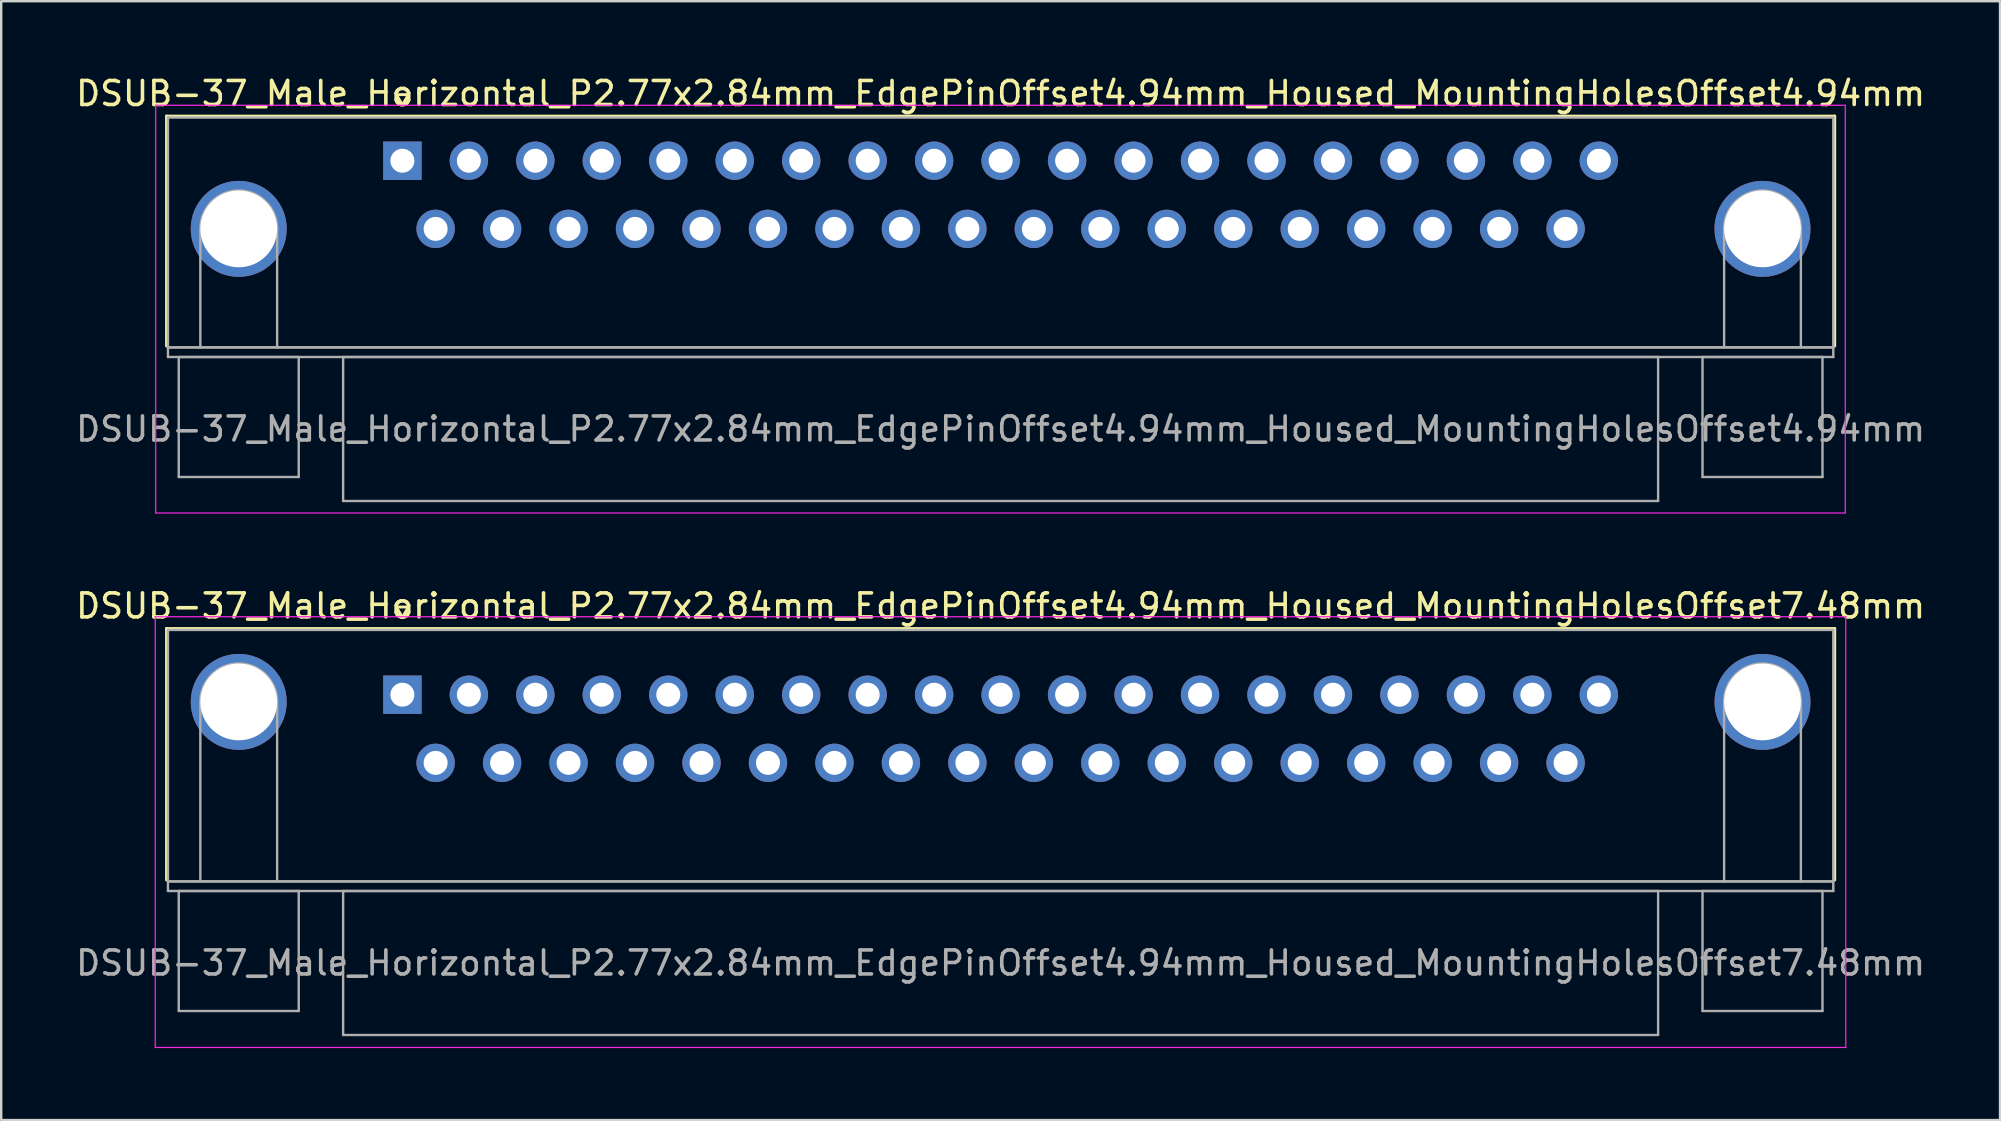
<source format=kicad_pcb>
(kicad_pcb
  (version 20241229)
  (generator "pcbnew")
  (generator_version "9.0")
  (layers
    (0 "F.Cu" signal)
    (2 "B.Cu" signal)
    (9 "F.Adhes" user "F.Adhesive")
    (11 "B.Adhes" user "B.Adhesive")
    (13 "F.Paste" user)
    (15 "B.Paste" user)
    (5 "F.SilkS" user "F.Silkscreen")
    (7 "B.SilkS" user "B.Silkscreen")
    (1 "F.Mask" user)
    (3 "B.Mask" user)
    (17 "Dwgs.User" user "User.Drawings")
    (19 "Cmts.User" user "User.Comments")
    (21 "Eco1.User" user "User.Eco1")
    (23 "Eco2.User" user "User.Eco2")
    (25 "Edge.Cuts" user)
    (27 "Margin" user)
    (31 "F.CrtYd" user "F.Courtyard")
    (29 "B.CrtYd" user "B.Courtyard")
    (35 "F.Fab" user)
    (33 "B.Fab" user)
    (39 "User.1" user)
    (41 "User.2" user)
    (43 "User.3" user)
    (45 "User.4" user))
  (footprint "DSUB-37_Male_Horizontal_P2.77x2.84mm_EdgePinOffset4.94mm_Housed_MountingHolesOffset4.94mm"
    (layer "F.Cu")
    (at 13.719 3.648)
    (property "Reference" "DSUB-37_Male_Horizontal_P2.77x2.84mm_EdgePinOffset4.94mm_Housed_MountingHolesOffset4.94mm" (at 24.93 -2.8 0) (layer "F.SilkS") (effects (font (size 1 1) (thickness 0.15))))
    (attr through_hole)
    (fp_line (start -9.83 -1.86) (end 59.69 -1.86) (stroke (width 0.12) (type solid)) (layer "F.SilkS"))
    (fp_line (start -9.83 7.72) (end -9.83 -1.86) (stroke (width 0.12) (type solid)) (layer "F.SilkS"))
    (fp_line (start -0.25 -2.754) (end 0.25 -2.754) (stroke (width 0.12) (type solid)) (layer "F.SilkS"))
    (fp_line (start 0 -2.321) (end -0.25 -2.754) (stroke (width 0.12) (type solid)) (layer "F.SilkS"))
    (fp_line (start 0.25 -2.754) (end 0 -2.321) (stroke (width 0.12) (type solid)) (layer "F.SilkS"))
    (fp_line (start 59.69 -1.86) (end 59.69 7.72) (stroke (width 0.12) (type solid)) (layer "F.SilkS"))
    (fp_line (start -10.28 -2.31) (end -10.28 14.68) (stroke (width 0.05) (type solid)) (layer "F.CrtYd"))
    (fp_line (start -10.28 14.68) (end 60.13 14.68) (stroke (width 0.05) (type solid)) (layer "F.CrtYd"))
    (fp_line (start 60.13 -2.31) (end -10.28 -2.31) (stroke (width 0.05) (type solid)) (layer "F.CrtYd"))
    (fp_line (start 60.13 14.68) (end 60.13 -2.31) (stroke (width 0.05) (type solid)) (layer "F.CrtYd"))
    (fp_line (start -9.77 -1.8) (end -9.77 7.78) (stroke (width 0.1) (type solid)) (layer "F.Fab"))
    (fp_line (start -9.77 7.78) (end -9.77 8.18) (stroke (width 0.1) (type solid)) (layer "F.Fab"))
    (fp_line (start -9.77 7.78) (end 59.63 7.78) (stroke (width 0.1) (type solid)) (layer "F.Fab"))
    (fp_line (start -9.77 8.18) (end 59.63 8.18) (stroke (width 0.1) (type solid)) (layer "F.Fab"))
    (fp_line (start -9.32 8.18) (end -9.32 13.18) (stroke (width 0.1) (type solid)) (layer "F.Fab"))
    (fp_line (start -9.32 13.18) (end -4.32 13.18) (stroke (width 0.1) (type solid)) (layer "F.Fab"))
    (fp_line (start -8.42 7.78) (end -8.42 2.84) (stroke (width 0.1) (type solid)) (layer "F.Fab"))
    (fp_line (start -5.22 7.78) (end -5.22 2.84) (stroke (width 0.1) (type solid)) (layer "F.Fab"))
    (fp_line (start -4.32 8.18) (end -9.32 8.18) (stroke (width 0.1) (type solid)) (layer "F.Fab"))
    (fp_line (start -4.32 13.18) (end -4.32 8.18) (stroke (width 0.1) (type solid)) (layer "F.Fab"))
    (fp_line (start -2.47 8.18) (end -2.47 14.18) (stroke (width 0.1) (type solid)) (layer "F.Fab"))
    (fp_line (start -2.47 14.18) (end 52.33 14.18) (stroke (width 0.1) (type solid)) (layer "F.Fab"))
    (fp_line (start 52.33 8.18) (end -2.47 8.18) (stroke (width 0.1) (type solid)) (layer "F.Fab"))
    (fp_line (start 52.33 14.18) (end 52.33 8.18) (stroke (width 0.1) (type solid)) (layer "F.Fab"))
    (fp_line (start 54.18 8.18) (end 54.18 13.18) (stroke (width 0.1) (type solid)) (layer "F.Fab"))
    (fp_line (start 54.18 13.18) (end 59.18 13.18) (stroke (width 0.1) (type solid)) (layer "F.Fab"))
    (fp_line (start 55.08 7.78) (end 55.08 2.84) (stroke (width 0.1) (type solid)) (layer "F.Fab"))
    (fp_line (start 58.28 7.78) (end 58.28 2.84) (stroke (width 0.1) (type solid)) (layer "F.Fab"))
    (fp_line (start 59.18 8.18) (end 54.18 8.18) (stroke (width 0.1) (type solid)) (layer "F.Fab"))
    (fp_line (start 59.18 13.18) (end 59.18 8.18) (stroke (width 0.1) (type solid)) (layer "F.Fab"))
    (fp_line (start 59.63 -1.8) (end -9.77 -1.8) (stroke (width 0.1) (type solid)) (layer "F.Fab"))
    (fp_line (start 59.63 7.78) (end -9.77 7.78) (stroke (width 0.1) (type solid)) (layer "F.Fab"))
    (fp_line (start 59.63 7.78) (end 59.63 -1.8) (stroke (width 0.1) (type solid)) (layer "F.Fab"))
    (fp_line (start 59.63 8.18) (end 59.63 7.78) (stroke (width 0.1) (type solid)) (layer "F.Fab"))
    (fp_arc (start -8.42 2.84) (mid -6.82 1.24) (end -5.22 2.84) (stroke (width 0.1) (type solid)) (layer "F.Fab"))
    (fp_arc (start 55.08 2.84) (mid 56.68 1.24) (end 58.28 2.84) (stroke (width 0.1) (type solid)) (layer "F.Fab"))
    (fp_text user "${REFERENCE}" (at 24.93 11.18 0) (layer "F.Fab") (effects (font (size 1 1) (thickness 0.15))))
    (pad "0" thru_hole circle (at -6.82 2.84) (size 4 4) (drill 3.2) (layers "*.Cu" "*.Mask"))
    (pad "0" thru_hole circle (at 56.68 2.84) (size 4 4) (drill 3.2) (layers "*.Cu" "*.Mask"))
    (pad "1" thru_hole rect (at 0 0) (size 1.6 1.6) (drill 1) (layers "*.Cu" "*.Mask"))
    (pad "2" thru_hole circle (at 2.77 0) (size 1.6 1.6) (drill 1) (layers "*.Cu" "*.Mask"))
    (pad "3" thru_hole circle (at 5.54 0) (size 1.6 1.6) (drill 1) (layers "*.Cu" "*.Mask"))
    (pad "4" thru_hole circle (at 8.31 0) (size 1.6 1.6) (drill 1) (layers "*.Cu" "*.Mask"))
    (pad "5" thru_hole circle (at 11.08 0) (size 1.6 1.6) (drill 1) (layers "*.Cu" "*.Mask"))
    (pad "6" thru_hole circle (at 13.85 0) (size 1.6 1.6) (drill 1) (layers "*.Cu" "*.Mask"))
    (pad "7" thru_hole circle (at 16.62 0) (size 1.6 1.6) (drill 1) (layers "*.Cu" "*.Mask"))
    (pad "8" thru_hole circle (at 19.39 0) (size 1.6 1.6) (drill 1) (layers "*.Cu" "*.Mask"))
    (pad "9" thru_hole circle (at 22.16 0) (size 1.6 1.6) (drill 1) (layers "*.Cu" "*.Mask"))
    (pad "10" thru_hole circle (at 24.93 0) (size 1.6 1.6) (drill 1) (layers "*.Cu" "*.Mask"))
    (pad "11" thru_hole circle (at 27.7 0) (size 1.6 1.6) (drill 1) (layers "*.Cu" "*.Mask"))
    (pad "12" thru_hole circle (at 30.47 0) (size 1.6 1.6) (drill 1) (layers "*.Cu" "*.Mask"))
    (pad "13" thru_hole circle (at 33.24 0) (size 1.6 1.6) (drill 1) (layers "*.Cu" "*.Mask"))
    (pad "14" thru_hole circle (at 36.01 0) (size 1.6 1.6) (drill 1) (layers "*.Cu" "*.Mask"))
    (pad "15" thru_hole circle (at 38.78 0) (size 1.6 1.6) (drill 1) (layers "*.Cu" "*.Mask"))
    (pad "16" thru_hole circle (at 41.55 0) (size 1.6 1.6) (drill 1) (layers "*.Cu" "*.Mask"))
    (pad "17" thru_hole circle (at 44.32 0) (size 1.6 1.6) (drill 1) (layers "*.Cu" "*.Mask"))
    (pad "18" thru_hole circle (at 47.09 0) (size 1.6 1.6) (drill 1) (layers "*.Cu" "*.Mask"))
    (pad "19" thru_hole circle (at 49.86 0) (size 1.6 1.6) (drill 1) (layers "*.Cu" "*.Mask"))
    (pad "20" thru_hole circle (at 1.385 2.84) (size 1.6 1.6) (drill 1) (layers "*.Cu" "*.Mask"))
    (pad "21" thru_hole circle (at 4.155 2.84) (size 1.6 1.6) (drill 1) (layers "*.Cu" "*.Mask"))
    (pad "22" thru_hole circle (at 6.925 2.84) (size 1.6 1.6) (drill 1) (layers "*.Cu" "*.Mask"))
    (pad "23" thru_hole circle (at 9.695 2.84) (size 1.6 1.6) (drill 1) (layers "*.Cu" "*.Mask"))
    (pad "24" thru_hole circle (at 12.465 2.84) (size 1.6 1.6) (drill 1) (layers "*.Cu" "*.Mask"))
    (pad "25" thru_hole circle (at 15.235 2.84) (size 1.6 1.6) (drill 1) (layers "*.Cu" "*.Mask"))
    (pad "26" thru_hole circle (at 18.005 2.84) (size 1.6 1.6) (drill 1) (layers "*.Cu" "*.Mask"))
    (pad "27" thru_hole circle (at 20.775 2.84) (size 1.6 1.6) (drill 1) (layers "*.Cu" "*.Mask"))
    (pad "28" thru_hole circle (at 23.545 2.84) (size 1.6 1.6) (drill 1) (layers "*.Cu" "*.Mask"))
    (pad "29" thru_hole circle (at 26.315 2.84) (size 1.6 1.6) (drill 1) (layers "*.Cu" "*.Mask"))
    (pad "30" thru_hole circle (at 29.085 2.84) (size 1.6 1.6) (drill 1) (layers "*.Cu" "*.Mask"))
    (pad "31" thru_hole circle (at 31.855 2.84) (size 1.6 1.6) (drill 1) (layers "*.Cu" "*.Mask"))
    (pad "32" thru_hole circle (at 34.625 2.84) (size 1.6 1.6) (drill 1) (layers "*.Cu" "*.Mask"))
    (pad "33" thru_hole circle (at 37.395 2.84) (size 1.6 1.6) (drill 1) (layers "*.Cu" "*.Mask"))
    (pad "34" thru_hole circle (at 40.165 2.84) (size 1.6 1.6) (drill 1) (layers "*.Cu" "*.Mask"))
    (pad "35" thru_hole circle (at 42.935 2.84) (size 1.6 1.6) (drill 1) (layers "*.Cu" "*.Mask"))
    (pad "36" thru_hole circle (at 45.705 2.84) (size 1.6 1.6) (drill 1) (layers "*.Cu" "*.Mask"))
    (pad "37" thru_hole circle (at 48.475 2.84) (size 1.6 1.6) (drill 1) (layers "*.Cu" "*.Mask")))
  (footprint "DSUB-37_Male_Horizontal_P2.77x2.84mm_EdgePinOffset4.94mm_Housed_MountingHolesOffset7.48mm"
    (layer "F.Cu")
    (at 13.719 25.901)
    (property "Reference" "DSUB-37_Male_Horizontal_P2.77x2.84mm_EdgePinOffset4.94mm_Housed_MountingHolesOffset7.48mm" (at 24.93 -3.7 0) (layer "F.SilkS") (effects (font (size 1 1) (thickness 0.15))))
    (attr through_hole)
    (fp_line (start -9.83 -2.76) (end 59.69 -2.76) (stroke (width 0.12) (type solid)) (layer "F.SilkS"))
    (fp_line (start -9.83 7.72) (end -9.83 -2.76) (stroke (width 0.12) (type solid)) (layer "F.SilkS"))
    (fp_line (start -0.25 -3.654) (end 0.25 -3.654) (stroke (width 0.12) (type solid)) (layer "F.SilkS"))
    (fp_line (start 0 -3.221) (end -0.25 -3.654) (stroke (width 0.12) (type solid)) (layer "F.SilkS"))
    (fp_line (start 0.25 -3.654) (end 0 -3.221) (stroke (width 0.12) (type solid)) (layer "F.SilkS"))
    (fp_line (start 59.69 -2.76) (end 59.69 7.72) (stroke (width 0.12) (type solid)) (layer "F.SilkS"))
    (fp_line (start -10.3 -3.25) (end -10.3 14.7) (stroke (width 0.05) (type solid)) (layer "F.CrtYd"))
    (fp_line (start -10.3 14.7) (end 60.15 14.7) (stroke (width 0.05) (type solid)) (layer "F.CrtYd"))
    (fp_line (start 60.15 -3.25) (end -10.3 -3.25) (stroke (width 0.05) (type solid)) (layer "F.CrtYd"))
    (fp_line (start 60.15 14.7) (end 60.15 -3.25) (stroke (width 0.05) (type solid)) (layer "F.CrtYd"))
    (fp_line (start -9.77 -2.7) (end -9.77 7.78) (stroke (width 0.1) (type solid)) (layer "F.Fab"))
    (fp_line (start -9.77 7.78) (end -9.77 8.18) (stroke (width 0.1) (type solid)) (layer "F.Fab"))
    (fp_line (start -9.77 7.78) (end 59.63 7.78) (stroke (width 0.1) (type solid)) (layer "F.Fab"))
    (fp_line (start -9.77 8.18) (end 59.63 8.18) (stroke (width 0.1) (type solid)) (layer "F.Fab"))
    (fp_line (start -9.32 8.18) (end -9.32 13.18) (stroke (width 0.1) (type solid)) (layer "F.Fab"))
    (fp_line (start -9.32 13.18) (end -4.32 13.18) (stroke (width 0.1) (type solid)) (layer "F.Fab"))
    (fp_line (start -8.42 7.78) (end -8.42 0.3) (stroke (width 0.1) (type solid)) (layer "F.Fab"))
    (fp_line (start -5.22 7.78) (end -5.22 0.3) (stroke (width 0.1) (type solid)) (layer "F.Fab"))
    (fp_line (start -4.32 8.18) (end -9.32 8.18) (stroke (width 0.1) (type solid)) (layer "F.Fab"))
    (fp_line (start -4.32 13.18) (end -4.32 8.18) (stroke (width 0.1) (type solid)) (layer "F.Fab"))
    (fp_line (start -2.47 8.18) (end -2.47 14.18) (stroke (width 0.1) (type solid)) (layer "F.Fab"))
    (fp_line (start -2.47 14.18) (end 52.33 14.18) (stroke (width 0.1) (type solid)) (layer "F.Fab"))
    (fp_line (start 52.33 8.18) (end -2.47 8.18) (stroke (width 0.1) (type solid)) (layer "F.Fab"))
    (fp_line (start 52.33 14.18) (end 52.33 8.18) (stroke (width 0.1) (type solid)) (layer "F.Fab"))
    (fp_line (start 54.18 8.18) (end 54.18 13.18) (stroke (width 0.1) (type solid)) (layer "F.Fab"))
    (fp_line (start 54.18 13.18) (end 59.18 13.18) (stroke (width 0.1) (type solid)) (layer "F.Fab"))
    (fp_line (start 55.08 7.78) (end 55.08 0.3) (stroke (width 0.1) (type solid)) (layer "F.Fab"))
    (fp_line (start 58.28 7.78) (end 58.28 0.3) (stroke (width 0.1) (type solid)) (layer "F.Fab"))
    (fp_line (start 59.18 8.18) (end 54.18 8.18) (stroke (width 0.1) (type solid)) (layer "F.Fab"))
    (fp_line (start 59.18 13.18) (end 59.18 8.18) (stroke (width 0.1) (type solid)) (layer "F.Fab"))
    (fp_line (start 59.63 -2.7) (end -9.77 -2.7) (stroke (width 0.1) (type solid)) (layer "F.Fab"))
    (fp_line (start 59.63 7.78) (end -9.77 7.78) (stroke (width 0.1) (type solid)) (layer "F.Fab"))
    (fp_line (start 59.63 7.78) (end 59.63 -2.7) (stroke (width 0.1) (type solid)) (layer "F.Fab"))
    (fp_line (start 59.63 8.18) (end 59.63 7.78) (stroke (width 0.1) (type solid)) (layer "F.Fab"))
    (fp_arc (start -8.42 0.3) (mid -6.82 -1.3) (end -5.22 0.3) (stroke (width 0.1) (type solid)) (layer "F.Fab"))
    (fp_arc (start 55.08 0.3) (mid 56.68 -1.3) (end 58.28 0.3) (stroke (width 0.1) (type solid)) (layer "F.Fab"))
    (fp_text user "${REFERENCE}" (at 24.93 11.18 0) (layer "F.Fab") (effects (font (size 1 1) (thickness 0.15))))
    (pad "0" thru_hole circle (at -6.82 0.3) (size 4 4) (drill 3.2) (layers "*.Cu" "*.Mask"))
    (pad "0" thru_hole circle (at 56.68 0.3) (size 4 4) (drill 3.2) (layers "*.Cu" "*.Mask"))
    (pad "1" thru_hole rect (at 0 0) (size 1.6 1.6) (drill 1) (layers "*.Cu" "*.Mask"))
    (pad "2" thru_hole circle (at 2.77 0) (size 1.6 1.6) (drill 1) (layers "*.Cu" "*.Mask"))
    (pad "3" thru_hole circle (at 5.54 0) (size 1.6 1.6) (drill 1) (layers "*.Cu" "*.Mask"))
    (pad "4" thru_hole circle (at 8.31 0) (size 1.6 1.6) (drill 1) (layers "*.Cu" "*.Mask"))
    (pad "5" thru_hole circle (at 11.08 0) (size 1.6 1.6) (drill 1) (layers "*.Cu" "*.Mask"))
    (pad "6" thru_hole circle (at 13.85 0) (size 1.6 1.6) (drill 1) (layers "*.Cu" "*.Mask"))
    (pad "7" thru_hole circle (at 16.62 0) (size 1.6 1.6) (drill 1) (layers "*.Cu" "*.Mask"))
    (pad "8" thru_hole circle (at 19.39 0) (size 1.6 1.6) (drill 1) (layers "*.Cu" "*.Mask"))
    (pad "9" thru_hole circle (at 22.16 0) (size 1.6 1.6) (drill 1) (layers "*.Cu" "*.Mask"))
    (pad "10" thru_hole circle (at 24.93 0) (size 1.6 1.6) (drill 1) (layers "*.Cu" "*.Mask"))
    (pad "11" thru_hole circle (at 27.7 0) (size 1.6 1.6) (drill 1) (layers "*.Cu" "*.Mask"))
    (pad "12" thru_hole circle (at 30.47 0) (size 1.6 1.6) (drill 1) (layers "*.Cu" "*.Mask"))
    (pad "13" thru_hole circle (at 33.24 0) (size 1.6 1.6) (drill 1) (layers "*.Cu" "*.Mask"))
    (pad "14" thru_hole circle (at 36.01 0) (size 1.6 1.6) (drill 1) (layers "*.Cu" "*.Mask"))
    (pad "15" thru_hole circle (at 38.78 0) (size 1.6 1.6) (drill 1) (layers "*.Cu" "*.Mask"))
    (pad "16" thru_hole circle (at 41.55 0) (size 1.6 1.6) (drill 1) (layers "*.Cu" "*.Mask"))
    (pad "17" thru_hole circle (at 44.32 0) (size 1.6 1.6) (drill 1) (layers "*.Cu" "*.Mask"))
    (pad "18" thru_hole circle (at 47.09 0) (size 1.6 1.6) (drill 1) (layers "*.Cu" "*.Mask"))
    (pad "19" thru_hole circle (at 49.86 0) (size 1.6 1.6) (drill 1) (layers "*.Cu" "*.Mask"))
    (pad "20" thru_hole circle (at 1.385 2.84) (size 1.6 1.6) (drill 1) (layers "*.Cu" "*.Mask"))
    (pad "21" thru_hole circle (at 4.155 2.84) (size 1.6 1.6) (drill 1) (layers "*.Cu" "*.Mask"))
    (pad "22" thru_hole circle (at 6.925 2.84) (size 1.6 1.6) (drill 1) (layers "*.Cu" "*.Mask"))
    (pad "23" thru_hole circle (at 9.695 2.84) (size 1.6 1.6) (drill 1) (layers "*.Cu" "*.Mask"))
    (pad "24" thru_hole circle (at 12.465 2.84) (size 1.6 1.6) (drill 1) (layers "*.Cu" "*.Mask"))
    (pad "25" thru_hole circle (at 15.235 2.84) (size 1.6 1.6) (drill 1) (layers "*.Cu" "*.Mask"))
    (pad "26" thru_hole circle (at 18.005 2.84) (size 1.6 1.6) (drill 1) (layers "*.Cu" "*.Mask"))
    (pad "27" thru_hole circle (at 20.775 2.84) (size 1.6 1.6) (drill 1) (layers "*.Cu" "*.Mask"))
    (pad "28" thru_hole circle (at 23.545 2.84) (size 1.6 1.6) (drill 1) (layers "*.Cu" "*.Mask"))
    (pad "29" thru_hole circle (at 26.315 2.84) (size 1.6 1.6) (drill 1) (layers "*.Cu" "*.Mask"))
    (pad "30" thru_hole circle (at 29.085 2.84) (size 1.6 1.6) (drill 1) (layers "*.Cu" "*.Mask"))
    (pad "31" thru_hole circle (at 31.855 2.84) (size 1.6 1.6) (drill 1) (layers "*.Cu" "*.Mask"))
    (pad "32" thru_hole circle (at 34.625 2.84) (size 1.6 1.6) (drill 1) (layers "*.Cu" "*.Mask"))
    (pad "33" thru_hole circle (at 37.395 2.84) (size 1.6 1.6) (drill 1) (layers "*.Cu" "*.Mask"))
    (pad "34" thru_hole circle (at 40.165 2.84) (size 1.6 1.6) (drill 1) (layers "*.Cu" "*.Mask"))
    (pad "35" thru_hole circle (at 42.935 2.84) (size 1.6 1.6) (drill 1) (layers "*.Cu" "*.Mask"))
    (pad "36" thru_hole circle (at 45.705 2.84) (size 1.6 1.6) (drill 1) (layers "*.Cu" "*.Mask"))
    (pad "37" thru_hole circle (at 48.475 2.84) (size 1.6 1.6) (drill 1) (layers "*.Cu" "*.Mask")))
  (gr_rect
    (start -3 -3)
    (end 80.298 43.627)
    (stroke (width 0.1) (type default))
    (fill no)
    (layer "Edge.Cuts")))
</source>
